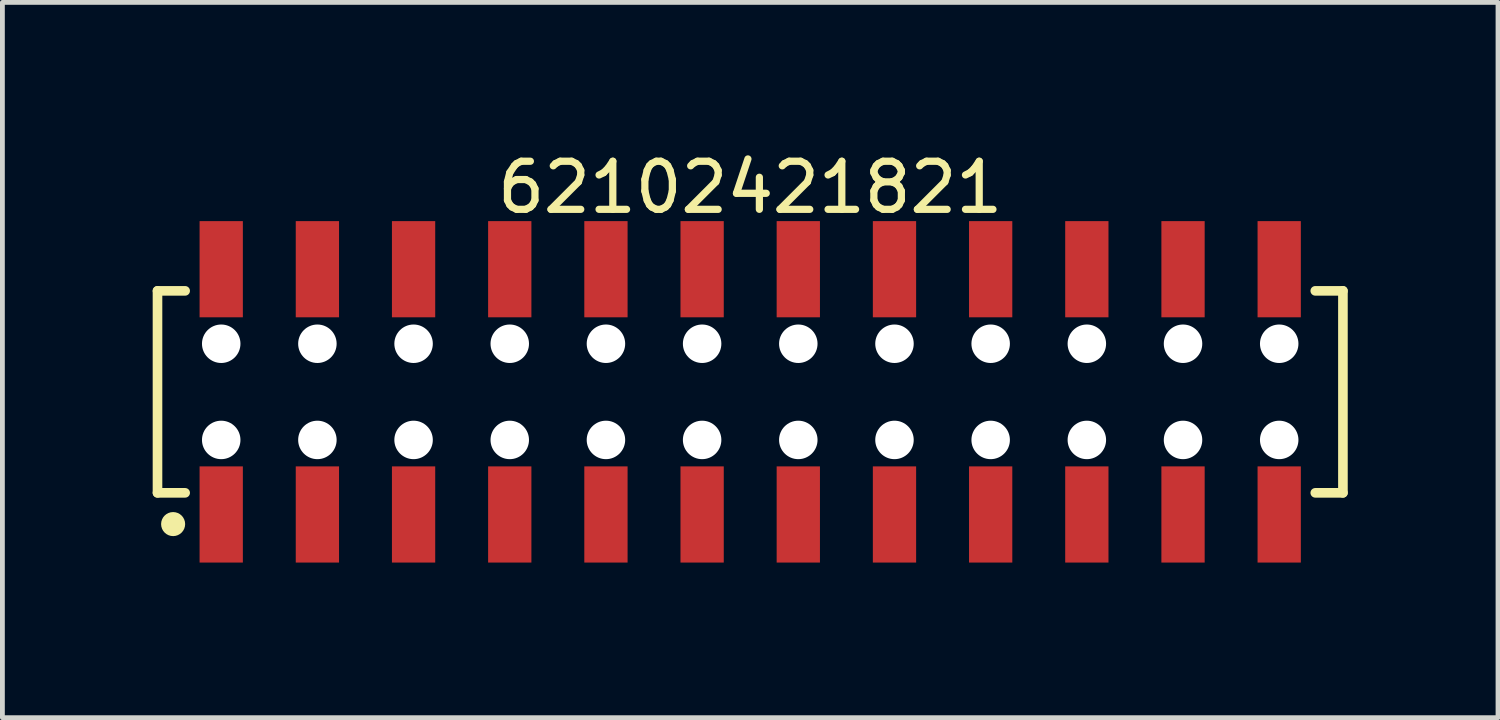
<source format=kicad_pcb>
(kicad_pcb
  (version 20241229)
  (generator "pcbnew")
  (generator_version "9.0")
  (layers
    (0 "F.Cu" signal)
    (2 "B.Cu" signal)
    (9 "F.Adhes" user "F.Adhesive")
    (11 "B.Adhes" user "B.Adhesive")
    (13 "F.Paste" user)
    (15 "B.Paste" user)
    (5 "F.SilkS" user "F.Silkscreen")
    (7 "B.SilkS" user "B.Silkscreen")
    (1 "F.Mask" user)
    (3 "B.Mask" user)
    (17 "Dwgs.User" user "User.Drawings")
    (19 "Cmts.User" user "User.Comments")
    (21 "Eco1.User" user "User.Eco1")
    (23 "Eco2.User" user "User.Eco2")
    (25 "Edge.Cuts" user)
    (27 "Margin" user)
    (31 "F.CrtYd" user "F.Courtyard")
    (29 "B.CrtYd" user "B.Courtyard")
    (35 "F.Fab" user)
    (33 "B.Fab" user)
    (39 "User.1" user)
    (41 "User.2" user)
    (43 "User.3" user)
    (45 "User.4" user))
  (footprint "62102421821"
    (layer "F.Cu")
    (at 12.55 5.098)
    (property "Reference" "62102421821" (at 0 -4.25 0) (layer "F.SilkS") (effects (font (size 1 1) (thickness 0.15))))
    (fp_line (start -12.325 -2.1) (end -11.75 -2.1) (stroke (width 0.2) (type solid)) (layer "F.SilkS"))
    (fp_line (start -12.325 2.1) (end -12.325 -2.1) (stroke (width 0.2) (type solid)) (layer "F.SilkS"))
    (fp_line (start -12.325 2.1) (end -11.75 2.1) (stroke (width 0.2) (type solid)) (layer "F.SilkS"))
    (fp_line (start 11.75 -2.1) (end 12.325 -2.1) (stroke (width 0.2) (type solid)) (layer "F.SilkS"))
    (fp_line (start 11.75 2.1) (end 12.325 2.1) (stroke (width 0.2) (type solid)) (layer "F.SilkS"))
    (fp_line (start 12.325 2.1) (end 12.325 -2.1) (stroke (width 0.2) (type solid)) (layer "F.SilkS"))
    (fp_circle (center -12 2.75) (end -12 2.625) (stroke (width 0.25) (type solid)) (fill no) (layer "F.SilkS"))
    (fp_line (start -12.525 -3.75) (end 12.525 -3.75) (stroke (width 0.05) (type solid)) (layer "Eco2.User"))
    (fp_line (start -12.525 3.75) (end -12.525 -3.75) (stroke (width 0.05) (type solid)) (layer "Eco2.User"))
    (fp_line (start -12.525 3.75) (end 12.525 3.75) (stroke (width 0.05) (type solid)) (layer "Eco2.User"))
    (fp_line (start -12.15 -2) (end 12.15 -2) (stroke (width 0.1) (type solid)) (layer "Eco2.User"))
    (fp_line (start -12.15 2) (end -12.15 -2) (stroke (width 0.1) (type solid)) (layer "Eco2.User"))
    (fp_line (start -12.15 2) (end 12.15 2) (stroke (width 0.1) (type solid)) (layer "Eco2.User"))
    (fp_line (start -11.25 -3) (end -10.75 -3) (stroke (width 0.1) (type solid)) (layer "Eco2.User"))
    (fp_line (start -11.25 -2) (end -11.25 -3) (stroke (width 0.1) (type solid)) (layer "Eco2.User"))
    (fp_line (start -11.25 3) (end -11.25 2) (stroke (width 0.1) (type solid)) (layer "Eco2.User"))
    (fp_line (start -11.25 3) (end -10.75 3) (stroke (width 0.1) (type solid)) (layer "Eco2.User"))
    (fp_line (start -10.75 -2) (end -10.75 -3) (stroke (width 0.1) (type solid)) (layer "Eco2.User"))
    (fp_line (start -10.75 3) (end -10.75 2) (stroke (width 0.1) (type solid)) (layer "Eco2.User"))
    (fp_line (start -9.25 -3) (end -8.75 -3) (stroke (width 0.1) (type solid)) (layer "Eco2.User"))
    (fp_line (start -9.25 -2) (end -9.25 -3) (stroke (width 0.1) (type solid)) (layer "Eco2.User"))
    (fp_line (start -9.25 3) (end -9.25 2) (stroke (width 0.1) (type solid)) (layer "Eco2.User"))
    (fp_line (start -9.25 3) (end -8.75 3) (stroke (width 0.1) (type solid)) (layer "Eco2.User"))
    (fp_line (start -8.75 -2) (end -8.75 -3) (stroke (width 0.1) (type solid)) (layer "Eco2.User"))
    (fp_line (start -8.75 3) (end -8.75 2) (stroke (width 0.1) (type solid)) (layer "Eco2.User"))
    (fp_line (start -7.25 -3) (end -6.75 -3) (stroke (width 0.1) (type solid)) (layer "Eco2.User"))
    (fp_line (start -7.25 -2) (end -7.25 -3) (stroke (width 0.1) (type solid)) (layer "Eco2.User"))
    (fp_line (start -7.25 3) (end -7.25 2) (stroke (width 0.1) (type solid)) (layer "Eco2.User"))
    (fp_line (start -7.25 3) (end -6.75 3) (stroke (width 0.1) (type solid)) (layer "Eco2.User"))
    (fp_line (start -6.75 -2) (end -6.75 -3) (stroke (width 0.1) (type solid)) (layer "Eco2.User"))
    (fp_line (start -6.75 3) (end -6.75 2) (stroke (width 0.1) (type solid)) (layer "Eco2.User"))
    (fp_line (start -5.25 -3) (end -4.75 -3) (stroke (width 0.1) (type solid)) (layer "Eco2.User"))
    (fp_line (start -5.25 -2) (end -5.25 -3) (stroke (width 0.1) (type solid)) (layer "Eco2.User"))
    (fp_line (start -5.25 3) (end -5.25 2) (stroke (width 0.1) (type solid)) (layer "Eco2.User"))
    (fp_line (start -5.25 3) (end -4.75 3) (stroke (width 0.1) (type solid)) (layer "Eco2.User"))
    (fp_line (start -4.75 -2) (end -4.75 -3) (stroke (width 0.1) (type solid)) (layer "Eco2.User"))
    (fp_line (start -4.75 3) (end -4.75 2) (stroke (width 0.1) (type solid)) (layer "Eco2.User"))
    (fp_line (start -3.25 -3) (end -2.75 -3) (stroke (width 0.1) (type solid)) (layer "Eco2.User"))
    (fp_line (start -3.25 -2) (end -3.25 -3) (stroke (width 0.1) (type solid)) (layer "Eco2.User"))
    (fp_line (start -3.25 3) (end -3.25 2) (stroke (width 0.1) (type solid)) (layer "Eco2.User"))
    (fp_line (start -3.25 3) (end -2.75 3) (stroke (width 0.1) (type solid)) (layer "Eco2.User"))
    (fp_line (start -2.75 -2) (end -2.75 -3) (stroke (width 0.1) (type solid)) (layer "Eco2.User"))
    (fp_line (start -2.75 3) (end -2.75 2) (stroke (width 0.1) (type solid)) (layer "Eco2.User"))
    (fp_line (start -1.25 -3) (end -0.75 -3) (stroke (width 0.1) (type solid)) (layer "Eco2.User"))
    (fp_line (start -1.25 -2) (end -1.25 -3) (stroke (width 0.1) (type solid)) (layer "Eco2.User"))
    (fp_line (start -1.25 3) (end -1.25 2) (stroke (width 0.1) (type solid)) (layer "Eco2.User"))
    (fp_line (start -1.25 3) (end -0.75 3) (stroke (width 0.1) (type solid)) (layer "Eco2.User"))
    (fp_line (start -0.75 -2) (end -0.75 -3) (stroke (width 0.1) (type solid)) (layer "Eco2.User"))
    (fp_line (start -0.75 3) (end -0.75 2) (stroke (width 0.1) (type solid)) (layer "Eco2.User"))
    (fp_line (start -0.5 0) (end 0.5 0) (stroke (width 0.05) (type solid)) (layer "Eco2.User"))
    (fp_line (start 0 0.5) (end 0 -0.5) (stroke (width 0.05) (type solid)) (layer "Eco2.User"))
    (fp_line (start 0.75 -3) (end 1.25 -3) (stroke (width 0.1) (type solid)) (layer "Eco2.User"))
    (fp_line (start 0.75 -2) (end 0.75 -3) (stroke (width 0.1) (type solid)) (layer "Eco2.User"))
    (fp_line (start 0.75 3) (end 0.75 2) (stroke (width 0.1) (type solid)) (layer "Eco2.User"))
    (fp_line (start 0.75 3) (end 1.25 3) (stroke (width 0.1) (type solid)) (layer "Eco2.User"))
    (fp_line (start 1.25 -2) (end 1.25 -3) (stroke (width 0.1) (type solid)) (layer "Eco2.User"))
    (fp_line (start 1.25 3) (end 1.25 2) (stroke (width 0.1) (type solid)) (layer "Eco2.User"))
    (fp_line (start 2.75 -3) (end 3.25 -3) (stroke (width 0.1) (type solid)) (layer "Eco2.User"))
    (fp_line (start 2.75 -2) (end 2.75 -3) (stroke (width 0.1) (type solid)) (layer "Eco2.User"))
    (fp_line (start 2.75 3) (end 2.75 2) (stroke (width 0.1) (type solid)) (layer "Eco2.User"))
    (fp_line (start 2.75 3) (end 3.25 3) (stroke (width 0.1) (type solid)) (layer "Eco2.User"))
    (fp_line (start 3.25 -2) (end 3.25 -3) (stroke (width 0.1) (type solid)) (layer "Eco2.User"))
    (fp_line (start 3.25 3) (end 3.25 2) (stroke (width 0.1) (type solid)) (layer "Eco2.User"))
    (fp_line (start 4.75 -3) (end 5.25 -3) (stroke (width 0.1) (type solid)) (layer "Eco2.User"))
    (fp_line (start 4.75 -2) (end 4.75 -3) (stroke (width 0.1) (type solid)) (layer "Eco2.User"))
    (fp_line (start 4.75 3) (end 4.75 2) (stroke (width 0.1) (type solid)) (layer "Eco2.User"))
    (fp_line (start 4.75 3) (end 5.25 3) (stroke (width 0.1) (type solid)) (layer "Eco2.User"))
    (fp_line (start 5.25 -2) (end 5.25 -3) (stroke (width 0.1) (type solid)) (layer "Eco2.User"))
    (fp_line (start 5.25 3) (end 5.25 2) (stroke (width 0.1) (type solid)) (layer "Eco2.User"))
    (fp_line (start 6.75 -3) (end 7.25 -3) (stroke (width 0.1) (type solid)) (layer "Eco2.User"))
    (fp_line (start 6.75 -2) (end 6.75 -3) (stroke (width 0.1) (type solid)) (layer "Eco2.User"))
    (fp_line (start 6.75 3) (end 6.75 2) (stroke (width 0.1) (type solid)) (layer "Eco2.User"))
    (fp_line (start 6.75 3) (end 7.25 3) (stroke (width 0.1) (type solid)) (layer "Eco2.User"))
    (fp_line (start 7.25 -2) (end 7.25 -3) (stroke (width 0.1) (type solid)) (layer "Eco2.User"))
    (fp_line (start 7.25 3) (end 7.25 2) (stroke (width 0.1) (type solid)) (layer "Eco2.User"))
    (fp_line (start 8.75 -3) (end 9.25 -3) (stroke (width 0.1) (type solid)) (layer "Eco2.User"))
    (fp_line (start 8.75 -2) (end 8.75 -3) (stroke (width 0.1) (type solid)) (layer "Eco2.User"))
    (fp_line (start 8.75 3) (end 8.75 2) (stroke (width 0.1) (type solid)) (layer "Eco2.User"))
    (fp_line (start 8.75 3) (end 9.25 3) (stroke (width 0.1) (type solid)) (layer "Eco2.User"))
    (fp_line (start 9.25 -2) (end 9.25 -3) (stroke (width 0.1) (type solid)) (layer "Eco2.User"))
    (fp_line (start 9.25 3) (end 9.25 2) (stroke (width 0.1) (type solid)) (layer "Eco2.User"))
    (fp_line (start 10.75 -3) (end 11.25 -3) (stroke (width 0.1) (type solid)) (layer "Eco2.User"))
    (fp_line (start 10.75 -2) (end 10.75 -3) (stroke (width 0.1) (type solid)) (layer "Eco2.User"))
    (fp_line (start 10.75 3) (end 10.75 2) (stroke (width 0.1) (type solid)) (layer "Eco2.User"))
    (fp_line (start 10.75 3) (end 11.25 3) (stroke (width 0.1) (type solid)) (layer "Eco2.User"))
    (fp_line (start 11.25 -2) (end 11.25 -3) (stroke (width 0.1) (type solid)) (layer "Eco2.User"))
    (fp_line (start 11.25 3) (end 11.25 2) (stroke (width 0.1) (type solid)) (layer "Eco2.User"))
    (fp_line (start 12.15 2) (end 12.15 -2) (stroke (width 0.1) (type solid)) (layer "Eco2.User"))
    (fp_line (start 12.525 3.75) (end 12.525 -3.75) (stroke (width 0.05) (type solid)) (layer "Eco2.User"))
    (fp_text user "${REFERENCE}" (at 0.1 -0.131 0) (unlocked yes) (layer "User.3") (effects (font (size 1 1) (thickness 0.1))))
    (pad "" np_thru_hole circle (at -11 -1) (size 0.8 0.8) (drill 0.8) (layers "*.Cu" "*.Mask"))
    (pad "" np_thru_hole circle (at -11 1) (size 0.8 0.8) (drill 0.8) (layers "*.Cu" "*.Mask"))
    (pad "" np_thru_hole circle (at -9 -1) (size 0.8 0.8) (drill 0.8) (layers "*.Cu" "*.Mask"))
    (pad "" np_thru_hole circle (at -9 1) (size 0.8 0.8) (drill 0.8) (layers "*.Cu" "*.Mask"))
    (pad "" np_thru_hole circle (at -7 -1) (size 0.8 0.8) (drill 0.8) (layers "*.Cu" "*.Mask"))
    (pad "" np_thru_hole circle (at -7 1) (size 0.8 0.8) (drill 0.8) (layers "*.Cu" "*.Mask"))
    (pad "" np_thru_hole circle (at -5 -1) (size 0.8 0.8) (drill 0.8) (layers "*.Cu" "*.Mask"))
    (pad "" np_thru_hole circle (at -5 1) (size 0.8 0.8) (drill 0.8) (layers "*.Cu" "*.Mask"))
    (pad "" np_thru_hole circle (at -3 -1) (size 0.8 0.8) (drill 0.8) (layers "*.Cu" "*.Mask"))
    (pad "" np_thru_hole circle (at -3 1) (size 0.8 0.8) (drill 0.8) (layers "*.Cu" "*.Mask"))
    (pad "" np_thru_hole circle (at -1 -1) (size 0.8 0.8) (drill 0.8) (layers "*.Cu" "*.Mask"))
    (pad "" np_thru_hole circle (at -1 1) (size 0.8 0.8) (drill 0.8) (layers "*.Cu" "*.Mask"))
    (pad "" np_thru_hole circle (at 1 -1) (size 0.8 0.8) (drill 0.8) (layers "*.Cu" "*.Mask"))
    (pad "" np_thru_hole circle (at 1 1) (size 0.8 0.8) (drill 0.8) (layers "*.Cu" "*.Mask"))
    (pad "" np_thru_hole circle (at 3 -1) (size 0.8 0.8) (drill 0.8) (layers "*.Cu" "*.Mask"))
    (pad "" np_thru_hole circle (at 3 1) (size 0.8 0.8) (drill 0.8) (layers "*.Cu" "*.Mask"))
    (pad "" np_thru_hole circle (at 5 -1) (size 0.8 0.8) (drill 0.8) (layers "*.Cu" "*.Mask"))
    (pad "" np_thru_hole circle (at 5 1) (size 0.8 0.8) (drill 0.8) (layers "*.Cu" "*.Mask"))
    (pad "" np_thru_hole circle (at 7 -1) (size 0.8 0.8) (drill 0.8) (layers "*.Cu" "*.Mask"))
    (pad "" np_thru_hole circle (at 7 1) (size 0.8 0.8) (drill 0.8) (layers "*.Cu" "*.Mask"))
    (pad "" np_thru_hole circle (at 9 -1) (size 0.8 0.8) (drill 0.8) (layers "*.Cu" "*.Mask"))
    (pad "" np_thru_hole circle (at 9 1) (size 0.8 0.8) (drill 0.8) (layers "*.Cu" "*.Mask"))
    (pad "" np_thru_hole circle (at 11 -1) (size 0.8 0.8) (drill 0.8) (layers "*.Cu" "*.Mask"))
    (pad "" np_thru_hole circle (at 11 1) (size 0.8 0.8) (drill 0.8) (layers "*.Cu" "*.Mask"))
    (pad "1" smd rect (at -11 2.55) (size 0.9 2) (layers "F.Cu" "F.Mask" "F.Paste"))
    (pad "2" smd rect (at -11 -2.55) (size 0.9 2) (layers "F.Cu" "F.Mask" "F.Paste"))
    (pad "3" smd rect (at -9 2.55) (size 0.9 2) (layers "F.Cu" "F.Mask" "F.Paste"))
    (pad "4" smd rect (at -9 -2.55) (size 0.9 2) (layers "F.Cu" "F.Mask" "F.Paste"))
    (pad "5" smd rect (at -7 2.55) (size 0.9 2) (layers "F.Cu" "F.Mask" "F.Paste"))
    (pad "6" smd rect (at -7 -2.55) (size 0.9 2) (layers "F.Cu" "F.Mask" "F.Paste"))
    (pad "7" smd rect (at -5 2.55) (size 0.9 2) (layers "F.Cu" "F.Mask" "F.Paste"))
    (pad "8" smd rect (at -5 -2.55) (size 0.9 2) (layers "F.Cu" "F.Mask" "F.Paste"))
    (pad "9" smd rect (at -3 2.55) (size 0.9 2) (layers "F.Cu" "F.Mask" "F.Paste"))
    (pad "10" smd rect (at -3 -2.55) (size 0.9 2) (layers "F.Cu" "F.Mask" "F.Paste"))
    (pad "11" smd rect (at -1 2.55) (size 0.9 2) (layers "F.Cu" "F.Mask" "F.Paste"))
    (pad "12" smd rect (at -1 -2.55) (size 0.9 2) (layers "F.Cu" "F.Mask" "F.Paste"))
    (pad "13" smd rect (at 1 2.55) (size 0.9 2) (layers "F.Cu" "F.Mask" "F.Paste"))
    (pad "14" smd rect (at 1 -2.55) (size 0.9 2) (layers "F.Cu" "F.Mask" "F.Paste"))
    (pad "15" smd rect (at 3 2.55) (size 0.9 2) (layers "F.Cu" "F.Mask" "F.Paste"))
    (pad "16" smd rect (at 3 -2.55) (size 0.9 2) (layers "F.Cu" "F.Mask" "F.Paste"))
    (pad "17" smd rect (at 5 2.55) (size 0.9 2) (layers "F.Cu" "F.Mask" "F.Paste"))
    (pad "18" smd rect (at 5 -2.55) (size 0.9 2) (layers "F.Cu" "F.Mask" "F.Paste"))
    (pad "19" smd rect (at 7 2.55) (size 0.9 2) (layers "F.Cu" "F.Mask" "F.Paste"))
    (pad "20" smd rect (at 7 -2.55) (size 0.9 2) (layers "F.Cu" "F.Mask" "F.Paste"))
    (pad "21" smd rect (at 9 2.55) (size 0.9 2) (layers "F.Cu" "F.Mask" "F.Paste"))
    (pad "22" smd rect (at 9 -2.55) (size 0.9 2) (layers "F.Cu" "F.Mask" "F.Paste"))
    (pad "23" smd rect (at 11 2.55) (size 0.9 2) (layers "F.Cu" "F.Mask" "F.Paste"))
    (pad "24" smd rect (at 11 -2.55) (size 0.9 2) (layers "F.Cu" "F.Mask" "F.Paste")))
  (gr_rect
    (start -3 -3)
    (end 28.1 11.873)
    (stroke (width 0.1) (type default))
    (fill no)
    (layer "Edge.Cuts")))
</source>
